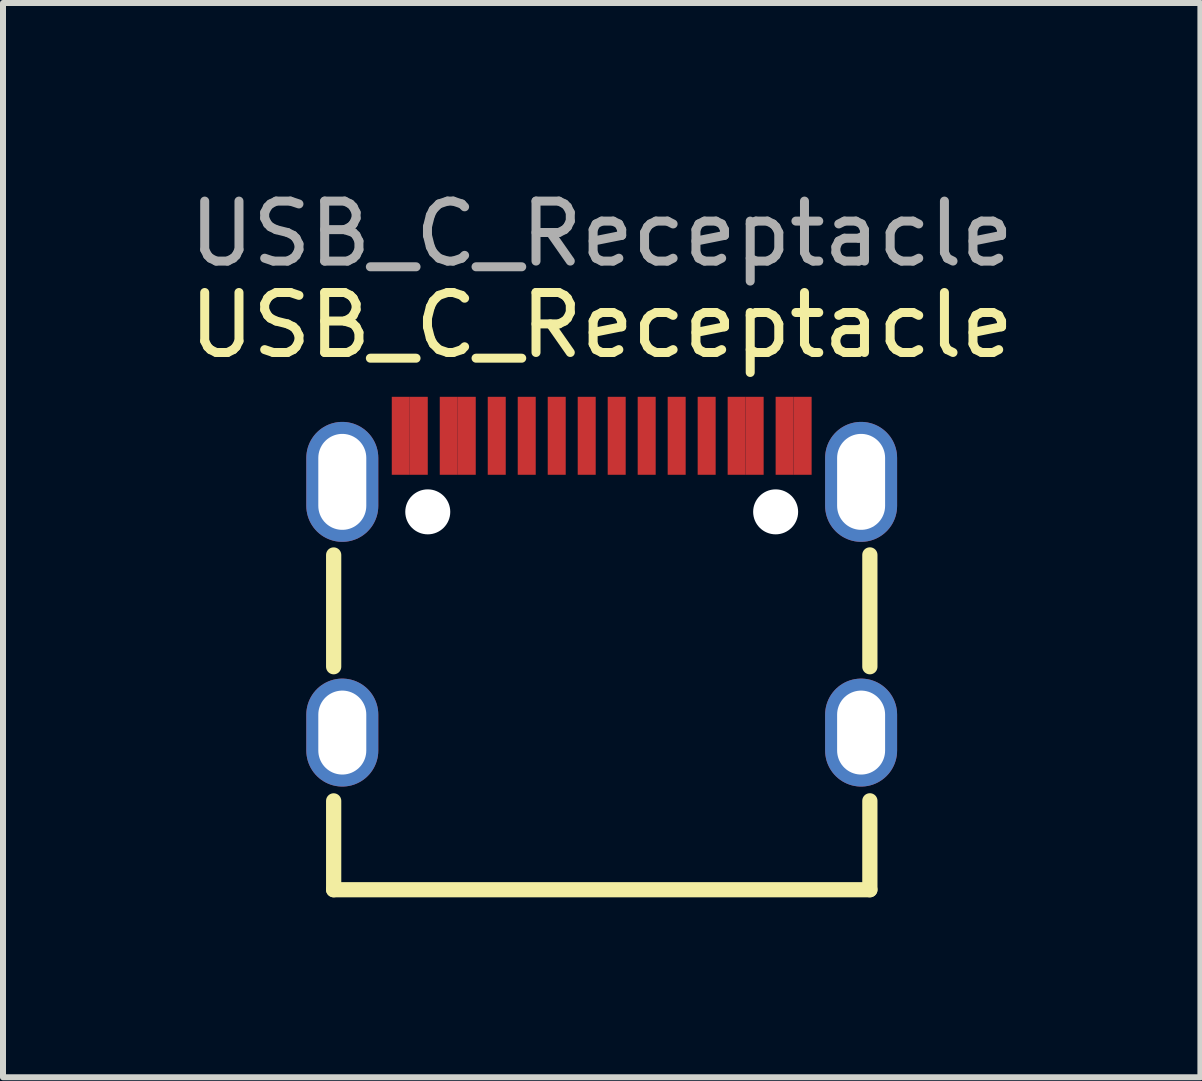
<source format=kicad_pcb>
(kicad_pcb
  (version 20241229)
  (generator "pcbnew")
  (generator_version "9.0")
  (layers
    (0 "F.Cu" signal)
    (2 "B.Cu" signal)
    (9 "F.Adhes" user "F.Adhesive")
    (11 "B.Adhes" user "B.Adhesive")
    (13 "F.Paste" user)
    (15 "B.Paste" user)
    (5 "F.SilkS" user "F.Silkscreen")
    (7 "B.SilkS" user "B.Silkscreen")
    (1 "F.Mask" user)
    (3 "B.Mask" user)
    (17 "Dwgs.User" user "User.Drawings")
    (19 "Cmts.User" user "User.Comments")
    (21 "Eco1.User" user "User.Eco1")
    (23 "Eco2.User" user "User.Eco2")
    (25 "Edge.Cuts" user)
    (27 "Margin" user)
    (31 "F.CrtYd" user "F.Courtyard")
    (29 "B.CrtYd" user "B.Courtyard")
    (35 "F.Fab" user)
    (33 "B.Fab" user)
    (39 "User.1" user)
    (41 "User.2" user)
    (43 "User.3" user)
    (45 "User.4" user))
  (footprint "USB_C_Receptacle"
    (layer "F.Cu")
    (at 6.982 6.69)
    (property "Reference" "USB_C_Receptacle" (at 0 -4.318 0) (unlocked yes) (layer "F.SilkS") (effects (font (size 1 1) (thickness 0.15))))
    (attr smd)
    (fp_line (start -4.469 1.376) (end -4.469 -0.487) (stroke (width 0.254) (type solid)) (layer "F.SilkS"))
    (fp_line (start -4.469 5.094) (end -4.469 3.613) (stroke (width 0.254) (type solid)) (layer "F.SilkS"))
    (fp_line (start 4.471 1.376) (end 4.471 -0.488) (stroke (width 0.254) (type solid)) (layer "F.SilkS"))
    (fp_line (start 4.471 5.094) (end -4.469 5.094) (stroke (width 0.254) (type solid)) (layer "F.SilkS"))
    (fp_line (start 4.471 5.094) (end 4.471 3.612) (stroke (width 0.254) (type solid)) (layer "F.SilkS"))
    (fp_poly (pts (xy -1.6 -1.824) (xy -1.6 -3.124) (xy -1.9 -3.124) (xy -1.9 -1.824)) (stroke (width 0) (type solid)) (fill yes) (layer "F.Paste"))
    (fp_poly (pts (xy -1.4 -3.124) (xy -1.4 -1.824) (xy -1.1 -1.824) (xy -1.1 -3.124)) (stroke (width 0) (type solid)) (fill yes) (layer "F.Paste"))
    (fp_poly (pts (xy -0.6 -1.824) (xy -0.6 -3.124) (xy -0.9 -3.124) (xy -0.9 -1.824)) (stroke (width 0) (type solid)) (fill yes) (layer "F.Paste"))
    (fp_poly (pts (xy -0.1 -1.824) (xy -0.1 -3.124) (xy -0.4 -3.124) (xy -0.4 -1.824)) (stroke (width 0) (type solid)) (fill yes) (layer "F.Paste"))
    (fp_poly (pts (xy 0.4 -1.824) (xy 0.4 -3.124) (xy 0.1 -3.124) (xy 0.1 -1.824)) (stroke (width 0) (type solid)) (fill yes) (layer "F.Paste"))
    (fp_poly (pts (xy 0.9 -1.824) (xy 0.9 -3.124) (xy 0.6 -3.124) (xy 0.6 -1.824)) (stroke (width 0) (type solid)) (fill yes) (layer "F.Paste"))
    (fp_poly (pts (xy 1.4 -1.824) (xy 1.4 -3.124) (xy 1.1 -3.124) (xy 1.1 -1.824)) (stroke (width 0) (type solid)) (fill yes) (layer "F.Paste"))
    (fp_poly (pts (xy 1.9 -1.824) (xy 1.9 -3.124) (xy 1.6 -3.124) (xy 1.6 -1.824)) (stroke (width 0) (type solid)) (fill yes) (layer "F.Paste"))
    (fp_poly (pts (xy -2.9 -1.824) (xy -2.9 -3.124) (xy -3.2 -3.124) (xy -3.5 -3.124) (xy -3.5 -1.824) (xy -3.2 -1.824)) (stroke (width 0) (type solid)) (fill yes) (layer "F.Paste"))
    (fp_poly (pts (xy -2.1 -1.824) (xy -2.1 -3.124) (xy -2.4 -3.124) (xy -2.7 -3.124) (xy -2.7 -1.824) (xy -2.4 -1.824)) (stroke (width 0) (type solid)) (fill yes) (layer "F.Paste"))
    (fp_poly (pts (xy 2.7 -1.824) (xy 2.7 -3.124) (xy 2.4 -3.124) (xy 2.1 -3.124) (xy 2.1 -1.824) (xy 2.4 -1.824)) (stroke (width 0) (type solid)) (fill yes) (layer "F.Paste"))
    (fp_poly (pts (xy 3.5 -1.824) (xy 3.5 -3.124) (xy 3.2 -3.124) (xy 2.9 -3.124) (xy 2.9 -1.824) (xy 3.2 -1.824)) (stroke (width 0) (type solid)) (fill yes) (layer "F.Paste"))
    (fp_poly (pts (xy -4.34 1.574) (xy -4.37 1.576) (xy -4.4 1.579) (xy -4.429 1.583) (xy -4.459 1.589) (xy -4.488 1.597) (xy -4.516 1.605) (xy -4.544 1.616) (xy -4.572 1.627) (xy -4.599 1.64) (xy -4.625 1.655) (xy -4.651 1.67) (xy -4.675 1.687) (xy -4.699 1.705) (xy -4.722 1.724) (xy -4.744 1.745) (xy -4.765 1.766) (xy -4.785 1.788) (xy -4.803 1.812) (xy -4.821 1.836) (xy -4.837 1.861) (xy -4.852 1.887) (xy -4.866 1.914) (xy -4.878 1.941) (xy -4.889 1.969) (xy -4.898 1.997) (xy -4.907 2.026) (xy -4.913 2.055) (xy -4.918 2.085) (xy -4.922 2.114) (xy -4.924 2.144) (xy -4.925 2.174) (xy -4.925 2.774) (xy -4.924 2.804) (xy -4.922 2.834) (xy -4.918 2.864) (xy -4.913 2.893) (xy -4.907 2.922) (xy -4.898 2.951) (xy -4.889 2.979) (xy -4.878 3.007) (xy -4.866 3.034) (xy -4.852 3.061) (xy -4.837 3.087) (xy -4.821 3.112) (xy -4.803 3.136) (xy -4.785 3.16) (xy -4.765 3.182) (xy -4.744 3.204) (xy -4.722 3.224) (xy -4.699 3.243) (xy -4.675 3.261) (xy -4.651 3.278) (xy -4.625 3.294) (xy -4.599 3.308) (xy -4.572 3.321) (xy -4.544 3.333) (xy -4.516 3.343) (xy -4.488 3.352) (xy -4.459 3.359) (xy -4.429 3.365) (xy -4.4 3.369) (xy -4.37 3.372) (xy -4.34 3.374) (xy -4.31 3.374) (xy -4.28 3.372) (xy -4.251 3.369) (xy -4.221 3.365) (xy -4.192 3.359) (xy -4.163 3.352) (xy -4.134 3.343) (xy -4.106 3.333) (xy -4.078 3.321) (xy -4.051 3.308) (xy -4.025 3.294) (xy -4 3.278) (xy -3.975 3.261) (xy -3.951 3.243) (xy -3.928 3.224) (xy -3.906 3.204) (xy -3.885 3.182) (xy -3.865 3.16) (xy -3.847 3.136) (xy -3.829 3.112) (xy -3.813 3.087) (xy -3.798 3.061) (xy -3.785 3.034) (xy -3.772 3.007) (xy -3.761 2.979) (xy -3.752 2.951) (xy -3.744 2.922) (xy -3.737 2.893) (xy -3.732 2.864) (xy -3.728 2.834) (xy -3.726 2.804) (xy -3.725 2.774) (xy -3.725 2.174) (xy -3.726 2.144) (xy -3.728 2.114) (xy -3.732 2.085) (xy -3.737 2.055) (xy -3.744 2.026) (xy -3.752 1.997) (xy -3.761 1.969) (xy -3.772 1.941) (xy -3.785 1.914) (xy -3.798 1.887) (xy -3.813 1.861) (xy -3.829 1.836) (xy -3.847 1.812) (xy -3.865 1.788) (xy -3.885 1.766) (xy -3.906 1.745) (xy -3.928 1.724) (xy -3.951 1.705) (xy -3.975 1.687) (xy -4 1.67) (xy -4.025 1.655) (xy -4.051 1.64) (xy -4.078 1.627) (xy -4.106 1.616) (xy -4.134 1.605) (xy -4.163 1.597) (xy -4.192 1.589) (xy -4.221 1.583) (xy -4.251 1.579) (xy -4.28 1.576) (xy -4.31 1.574)) (stroke (width 0) (type solid)) (fill yes) (layer "F.Paste"))
    (fp_poly (pts (xy -4.28 -2.704) (xy -4.31 -2.706) (xy -4.34 -2.706) (xy -4.37 -2.704) (xy -4.4 -2.701) (xy -4.429 -2.697) (xy -4.459 -2.691) (xy -4.488 -2.683) (xy -4.516 -2.675) (xy -4.544 -2.664) (xy -4.572 -2.653) (xy -4.599 -2.64) (xy -4.625 -2.625) (xy -4.651 -2.61) (xy -4.675 -2.593) (xy -4.699 -2.575) (xy -4.722 -2.556) (xy -4.744 -2.535) (xy -4.765 -2.514) (xy -4.785 -2.491) (xy -4.803 -2.468) (xy -4.821 -2.444) (xy -4.837 -2.419) (xy -4.852 -2.393) (xy -4.866 -2.366) (xy -4.878 -2.339) (xy -4.889 -2.311) (xy -4.898 -2.283) (xy -4.907 -2.254) (xy -4.913 -2.225) (xy -4.918 -2.195) (xy -4.922 -2.166) (xy -4.924 -2.136) (xy -4.925 -2.106) (xy -4.925 -1.306) (xy -4.924 -1.276) (xy -4.922 -1.246) (xy -4.918 -1.216) (xy -4.913 -1.187) (xy -4.907 -1.158) (xy -4.898 -1.129) (xy -4.889 -1.101) (xy -4.878 -1.073) (xy -4.866 -1.045) (xy -4.852 -1.019) (xy -4.837 -0.993) (xy -4.821 -0.968) (xy -4.803 -0.944) (xy -4.785 -0.92) (xy -4.765 -0.898) (xy -4.744 -0.876) (xy -4.722 -0.856) (xy -4.699 -0.837) (xy -4.675 -0.819) (xy -4.651 -0.802) (xy -4.625 -0.786) (xy -4.599 -0.772) (xy -4.572 -0.759) (xy -4.544 -0.747) (xy -4.516 -0.737) (xy -4.488 -0.728) (xy -4.459 -0.721) (xy -4.429 -0.715) (xy -4.4 -0.71) (xy -4.37 -0.707) (xy -4.34 -0.706) (xy -4.31 -0.706) (xy -4.28 -0.707) (xy -4.251 -0.71) (xy -4.221 -0.715) (xy -4.192 -0.721) (xy -4.163 -0.728) (xy -4.134 -0.737) (xy -4.106 -0.747) (xy -4.078 -0.759) (xy -4.051 -0.772) (xy -4.025 -0.786) (xy -4 -0.802) (xy -3.975 -0.819) (xy -3.951 -0.837) (xy -3.928 -0.856) (xy -3.906 -0.876) (xy -3.885 -0.898) (xy -3.865 -0.92) (xy -3.847 -0.944) (xy -3.829 -0.968) (xy -3.813 -0.993) (xy -3.798 -1.019) (xy -3.785 -1.045) (xy -3.772 -1.073) (xy -3.761 -1.101) (xy -3.752 -1.129) (xy -3.744 -1.158) (xy -3.737 -1.187) (xy -3.732 -1.216) (xy -3.728 -1.246) (xy -3.726 -1.276) (xy -3.725 -1.306) (xy -3.725 -2.106) (xy -3.726 -2.136) (xy -3.728 -2.166) (xy -3.732 -2.195) (xy -3.737 -2.225) (xy -3.744 -2.254) (xy -3.752 -2.283) (xy -3.761 -2.311) (xy -3.772 -2.339) (xy -3.785 -2.366) (xy -3.798 -2.393) (xy -3.813 -2.419) (xy -3.829 -2.444) (xy -3.847 -2.468) (xy -3.865 -2.491) (xy -3.885 -2.514) (xy -3.906 -2.535) (xy -3.928 -2.556) (xy -3.951 -2.575) (xy -3.975 -2.593) (xy -4 -2.61) (xy -4.025 -2.625) (xy -4.051 -2.64) (xy -4.078 -2.653) (xy -4.106 -2.664) (xy -4.134 -2.675) (xy -4.163 -2.683) (xy -4.192 -2.691) (xy -4.221 -2.697) (xy -4.251 -2.701)) (stroke (width 0) (type solid)) (fill yes) (layer "F.Paste"))
    (fp_poly (pts (xy 4.37 -2.704) (xy 4.34 -2.706) (xy 4.31 -2.706) (xy 4.28 -2.704) (xy 4.251 -2.701) (xy 4.221 -2.697) (xy 4.192 -2.691) (xy 4.163 -2.683) (xy 4.134 -2.675) (xy 4.106 -2.664) (xy 4.078 -2.653) (xy 4.051 -2.64) (xy 4.025 -2.625) (xy 4 -2.61) (xy 3.975 -2.593) (xy 3.951 -2.575) (xy 3.928 -2.556) (xy 3.906 -2.535) (xy 3.885 -2.514) (xy 3.865 -2.491) (xy 3.847 -2.468) (xy 3.829 -2.444) (xy 3.813 -2.419) (xy 3.798 -2.393) (xy 3.785 -2.366) (xy 3.772 -2.339) (xy 3.761 -2.311) (xy 3.752 -2.283) (xy 3.744 -2.254) (xy 3.737 -2.225) (xy 3.732 -2.195) (xy 3.728 -2.166) (xy 3.726 -2.136) (xy 3.725 -2.106) (xy 3.725 -1.306) (xy 3.726 -1.276) (xy 3.728 -1.246) (xy 3.732 -1.216) (xy 3.737 -1.187) (xy 3.744 -1.158) (xy 3.752 -1.129) (xy 3.761 -1.101) (xy 3.772 -1.073) (xy 3.785 -1.045) (xy 3.798 -1.019) (xy 3.813 -0.993) (xy 3.829 -0.968) (xy 3.847 -0.944) (xy 3.865 -0.92) (xy 3.885 -0.898) (xy 3.906 -0.876) (xy 3.928 -0.856) (xy 3.951 -0.837) (xy 3.975 -0.819) (xy 4 -0.802) (xy 4.025 -0.786) (xy 4.051 -0.772) (xy 4.078 -0.759) (xy 4.106 -0.747) (xy 4.134 -0.737) (xy 4.163 -0.728) (xy 4.192 -0.721) (xy 4.221 -0.715) (xy 4.251 -0.71) (xy 4.28 -0.707) (xy 4.31 -0.706) (xy 4.34 -0.706) (xy 4.37 -0.707) (xy 4.4 -0.71) (xy 4.429 -0.715) (xy 4.459 -0.721) (xy 4.488 -0.728) (xy 4.516 -0.737) (xy 4.544 -0.747) (xy 4.572 -0.759) (xy 4.599 -0.772) (xy 4.625 -0.786) (xy 4.651 -0.802) (xy 4.675 -0.819) (xy 4.699 -0.837) (xy 4.722 -0.856) (xy 4.744 -0.876) (xy 4.765 -0.898) (xy 4.785 -0.92) (xy 4.803 -0.944) (xy 4.821 -0.968) (xy 4.837 -0.993) (xy 4.852 -1.019) (xy 4.866 -1.045) (xy 4.878 -1.073) (xy 4.889 -1.101) (xy 4.898 -1.129) (xy 4.907 -1.158) (xy 4.913 -1.187) (xy 4.918 -1.216) (xy 4.922 -1.246) (xy 4.924 -1.276) (xy 4.925 -1.306) (xy 4.925 -2.106) (xy 4.924 -2.136) (xy 4.922 -2.166) (xy 4.918 -2.195) (xy 4.913 -2.225) (xy 4.907 -2.254) (xy 4.898 -2.283) (xy 4.889 -2.311) (xy 4.878 -2.339) (xy 4.866 -2.366) (xy 4.852 -2.393) (xy 4.837 -2.419) (xy 4.821 -2.444) (xy 4.803 -2.468) (xy 4.785 -2.491) (xy 4.765 -2.514) (xy 4.744 -2.535) (xy 4.722 -2.556) (xy 4.699 -2.575) (xy 4.675 -2.593) (xy 4.651 -2.61) (xy 4.625 -2.625) (xy 4.599 -2.64) (xy 4.572 -2.653) (xy 4.544 -2.664) (xy 4.516 -2.675) (xy 4.488 -2.683) (xy 4.459 -2.691) (xy 4.429 -2.697) (xy 4.4 -2.701)) (stroke (width 0) (type solid)) (fill yes) (layer "F.Paste"))
    (fp_poly (pts (xy 4.37 1.576) (xy 4.34 1.574) (xy 4.31 1.574) (xy 4.28 1.576) (xy 4.251 1.579) (xy 4.221 1.583) (xy 4.192 1.589) (xy 4.163 1.597) (xy 4.134 1.605) (xy 4.106 1.616) (xy 4.078 1.627) (xy 4.051 1.64) (xy 4.025 1.655) (xy 4 1.67) (xy 3.975 1.687) (xy 3.951 1.705) (xy 3.928 1.724) (xy 3.906 1.745) (xy 3.885 1.766) (xy 3.865 1.788) (xy 3.847 1.812) (xy 3.829 1.836) (xy 3.813 1.861) (xy 3.798 1.887) (xy 3.785 1.914) (xy 3.772 1.941) (xy 3.761 1.969) (xy 3.752 1.997) (xy 3.744 2.026) (xy 3.737 2.055) (xy 3.732 2.085) (xy 3.728 2.114) (xy 3.726 2.144) (xy 3.725 2.174) (xy 3.725 2.774) (xy 3.726 2.804) (xy 3.728 2.834) (xy 3.732 2.864) (xy 3.737 2.893) (xy 3.744 2.922) (xy 3.752 2.951) (xy 3.761 2.979) (xy 3.772 3.007) (xy 3.785 3.034) (xy 3.798 3.061) (xy 3.813 3.087) (xy 3.829 3.112) (xy 3.847 3.136) (xy 3.865 3.16) (xy 3.885 3.182) (xy 3.906 3.204) (xy 3.928 3.224) (xy 3.951 3.243) (xy 3.975 3.261) (xy 4 3.278) (xy 4.025 3.294) (xy 4.051 3.308) (xy 4.078 3.321) (xy 4.106 3.333) (xy 4.134 3.343) (xy 4.163 3.352) (xy 4.192 3.359) (xy 4.221 3.365) (xy 4.251 3.369) (xy 4.28 3.372) (xy 4.31 3.374) (xy 4.34 3.374) (xy 4.37 3.372) (xy 4.4 3.369) (xy 4.429 3.365) (xy 4.459 3.359) (xy 4.488 3.352) (xy 4.516 3.343) (xy 4.544 3.333) (xy 4.572 3.321) (xy 4.599 3.308) (xy 4.625 3.294) (xy 4.651 3.278) (xy 4.675 3.261) (xy 4.699 3.243) (xy 4.722 3.224) (xy 4.744 3.204) (xy 4.765 3.182) (xy 4.785 3.16) (xy 4.803 3.136) (xy 4.821 3.112) (xy 4.837 3.087) (xy 4.852 3.061) (xy 4.866 3.034) (xy 4.878 3.007) (xy 4.889 2.979) (xy 4.898 2.951) (xy 4.907 2.922) (xy 4.913 2.893) (xy 4.918 2.864) (xy 4.922 2.834) (xy 4.924 2.804) (xy 4.925 2.774) (xy 4.925 2.174) (xy 4.924 2.144) (xy 4.922 2.114) (xy 4.918 2.085) (xy 4.913 2.055) (xy 4.907 2.026) (xy 4.898 1.997) (xy 4.889 1.969) (xy 4.878 1.941) (xy 4.866 1.914) (xy 4.852 1.887) (xy 4.837 1.861) (xy 4.821 1.836) (xy 4.803 1.812) (xy 4.785 1.788) (xy 4.765 1.766) (xy 4.744 1.745) (xy 4.722 1.724) (xy 4.699 1.705) (xy 4.675 1.687) (xy 4.651 1.67) (xy 4.625 1.655) (xy 4.599 1.64) (xy 4.572 1.627) (xy 4.544 1.616) (xy 4.516 1.605) (xy 4.488 1.597) (xy 4.459 1.589) (xy 4.429 1.583) (xy 4.4 1.579)) (stroke (width 0) (type solid)) (fill yes) (layer "F.Paste"))
    (fp_circle (center -2.9 -1.206) (end -2.775 -1.206) (stroke (width 0.25) (type solid)) (fill no) (layer "Cmts.User"))
    (fp_circle (center 2.9 -1.206) (end 3.025 -1.206) (stroke (width 0.25) (type solid)) (fill no) (layer "Cmts.User"))
    (fp_text user "${REFERENCE}" (at 0 -5.842 0) (unlocked yes) (layer "F.Fab") (effects (font (size 1 1) (thickness 0.15))))
    (pad "" np_thru_hole circle (at -2.9 -1.206) (size 0.75 0.75) (drill 0.75) (layers "*.Cu" "*.Mask"))
    (pad "" np_thru_hole circle (at 2.9 -1.206) (size 0.75 0.75) (drill 0.75) (layers "*.Cu" "*.Mask"))
    (pad "0" thru_hole oval (at -4.325 -1.706) (size 1.2 2) (drill oval 0.8 1.6) (layers "*.Cu" "*.Paste" "*.Mask"))
    (pad "1" thru_hole oval (at 4.325 -1.706) (size 1.2 2) (drill oval 0.8 1.6) (layers "*.Cu" "*.Paste" "*.Mask"))
    (pad "2" thru_hole oval (at 4.325 2.474) (size 1.2 1.8) (drill oval 0.8 1.4) (layers "*.Cu" "*.Paste" "*.Mask"))
    (pad "3" thru_hole oval (at -4.325 2.474) (size 1.2 1.8) (drill oval 0.8 1.4) (layers "*.Cu" "*.Paste" "*.Mask"))
    (pad "A1" smd rect (at -3.35 -2.474) (size 0.3 1.3) (layers "F.Cu" "F.Mask" "F.Paste"))
    (pad "A4" smd rect (at -2.55 -2.474) (size 0.3 1.3) (layers "F.Cu" "F.Mask" "F.Paste"))
    (pad "A5" smd rect (at -1.25 -2.474) (size 0.3 1.3) (layers "F.Cu" "F.Mask" "F.Paste"))
    (pad "A6" smd rect (at -0.25 -2.474) (size 0.3 1.3) (layers "F.Cu" "F.Mask" "F.Paste"))
    (pad "A7" smd rect (at 0.25 -2.474) (size 0.3 1.3) (layers "F.Cu" "F.Mask" "F.Paste"))
    (pad "A8" smd rect (at 1.25 -2.474) (size 0.3 1.3) (layers "F.Cu" "F.Mask" "F.Paste"))
    (pad "A9" smd rect (at 2.55 -2.474) (size 0.3 1.3) (layers "F.Cu" "F.Mask" "F.Paste"))
    (pad "A12" smd rect (at 3.35 -2.474) (size 0.3 1.3) (layers "F.Cu" "F.Mask" "F.Paste"))
    (pad "B1" smd rect (at 3.05 -2.474) (size 0.3 1.3) (layers "F.Cu" "F.Mask" "F.Paste"))
    (pad "B4" smd rect (at 2.25 -2.474) (size 0.3 1.3) (layers "F.Cu" "F.Mask" "F.Paste"))
    (pad "B5" smd rect (at 1.75 -2.474) (size 0.3 1.3) (layers "F.Cu" "F.Mask" "F.Paste"))
    (pad "B6" smd rect (at 0.75 -2.474) (size 0.3 1.3) (layers "F.Cu" "F.Mask" "F.Paste"))
    (pad "B7" smd rect (at -0.75 -2.474) (size 0.3 1.3) (layers "F.Cu" "F.Mask" "F.Paste"))
    (pad "B8" smd rect (at -1.75 -2.474) (size 0.3 1.3) (layers "F.Cu" "F.Mask" "F.Paste"))
    (pad "B9" smd rect (at -2.25 -2.474) (size 0.3 1.3) (layers "F.Cu" "F.Mask" "F.Paste"))
    (pad "B12" smd rect (at -3.05 -2.474) (size 0.3 1.3) (layers "F.Cu" "F.Mask" "F.Paste")))
  (gr_rect
    (start -3 -3)
    (end 16.964 14.911)
    (stroke (width 0.1) (type default))
    (fill no)
    (layer "Edge.Cuts")))
</source>
